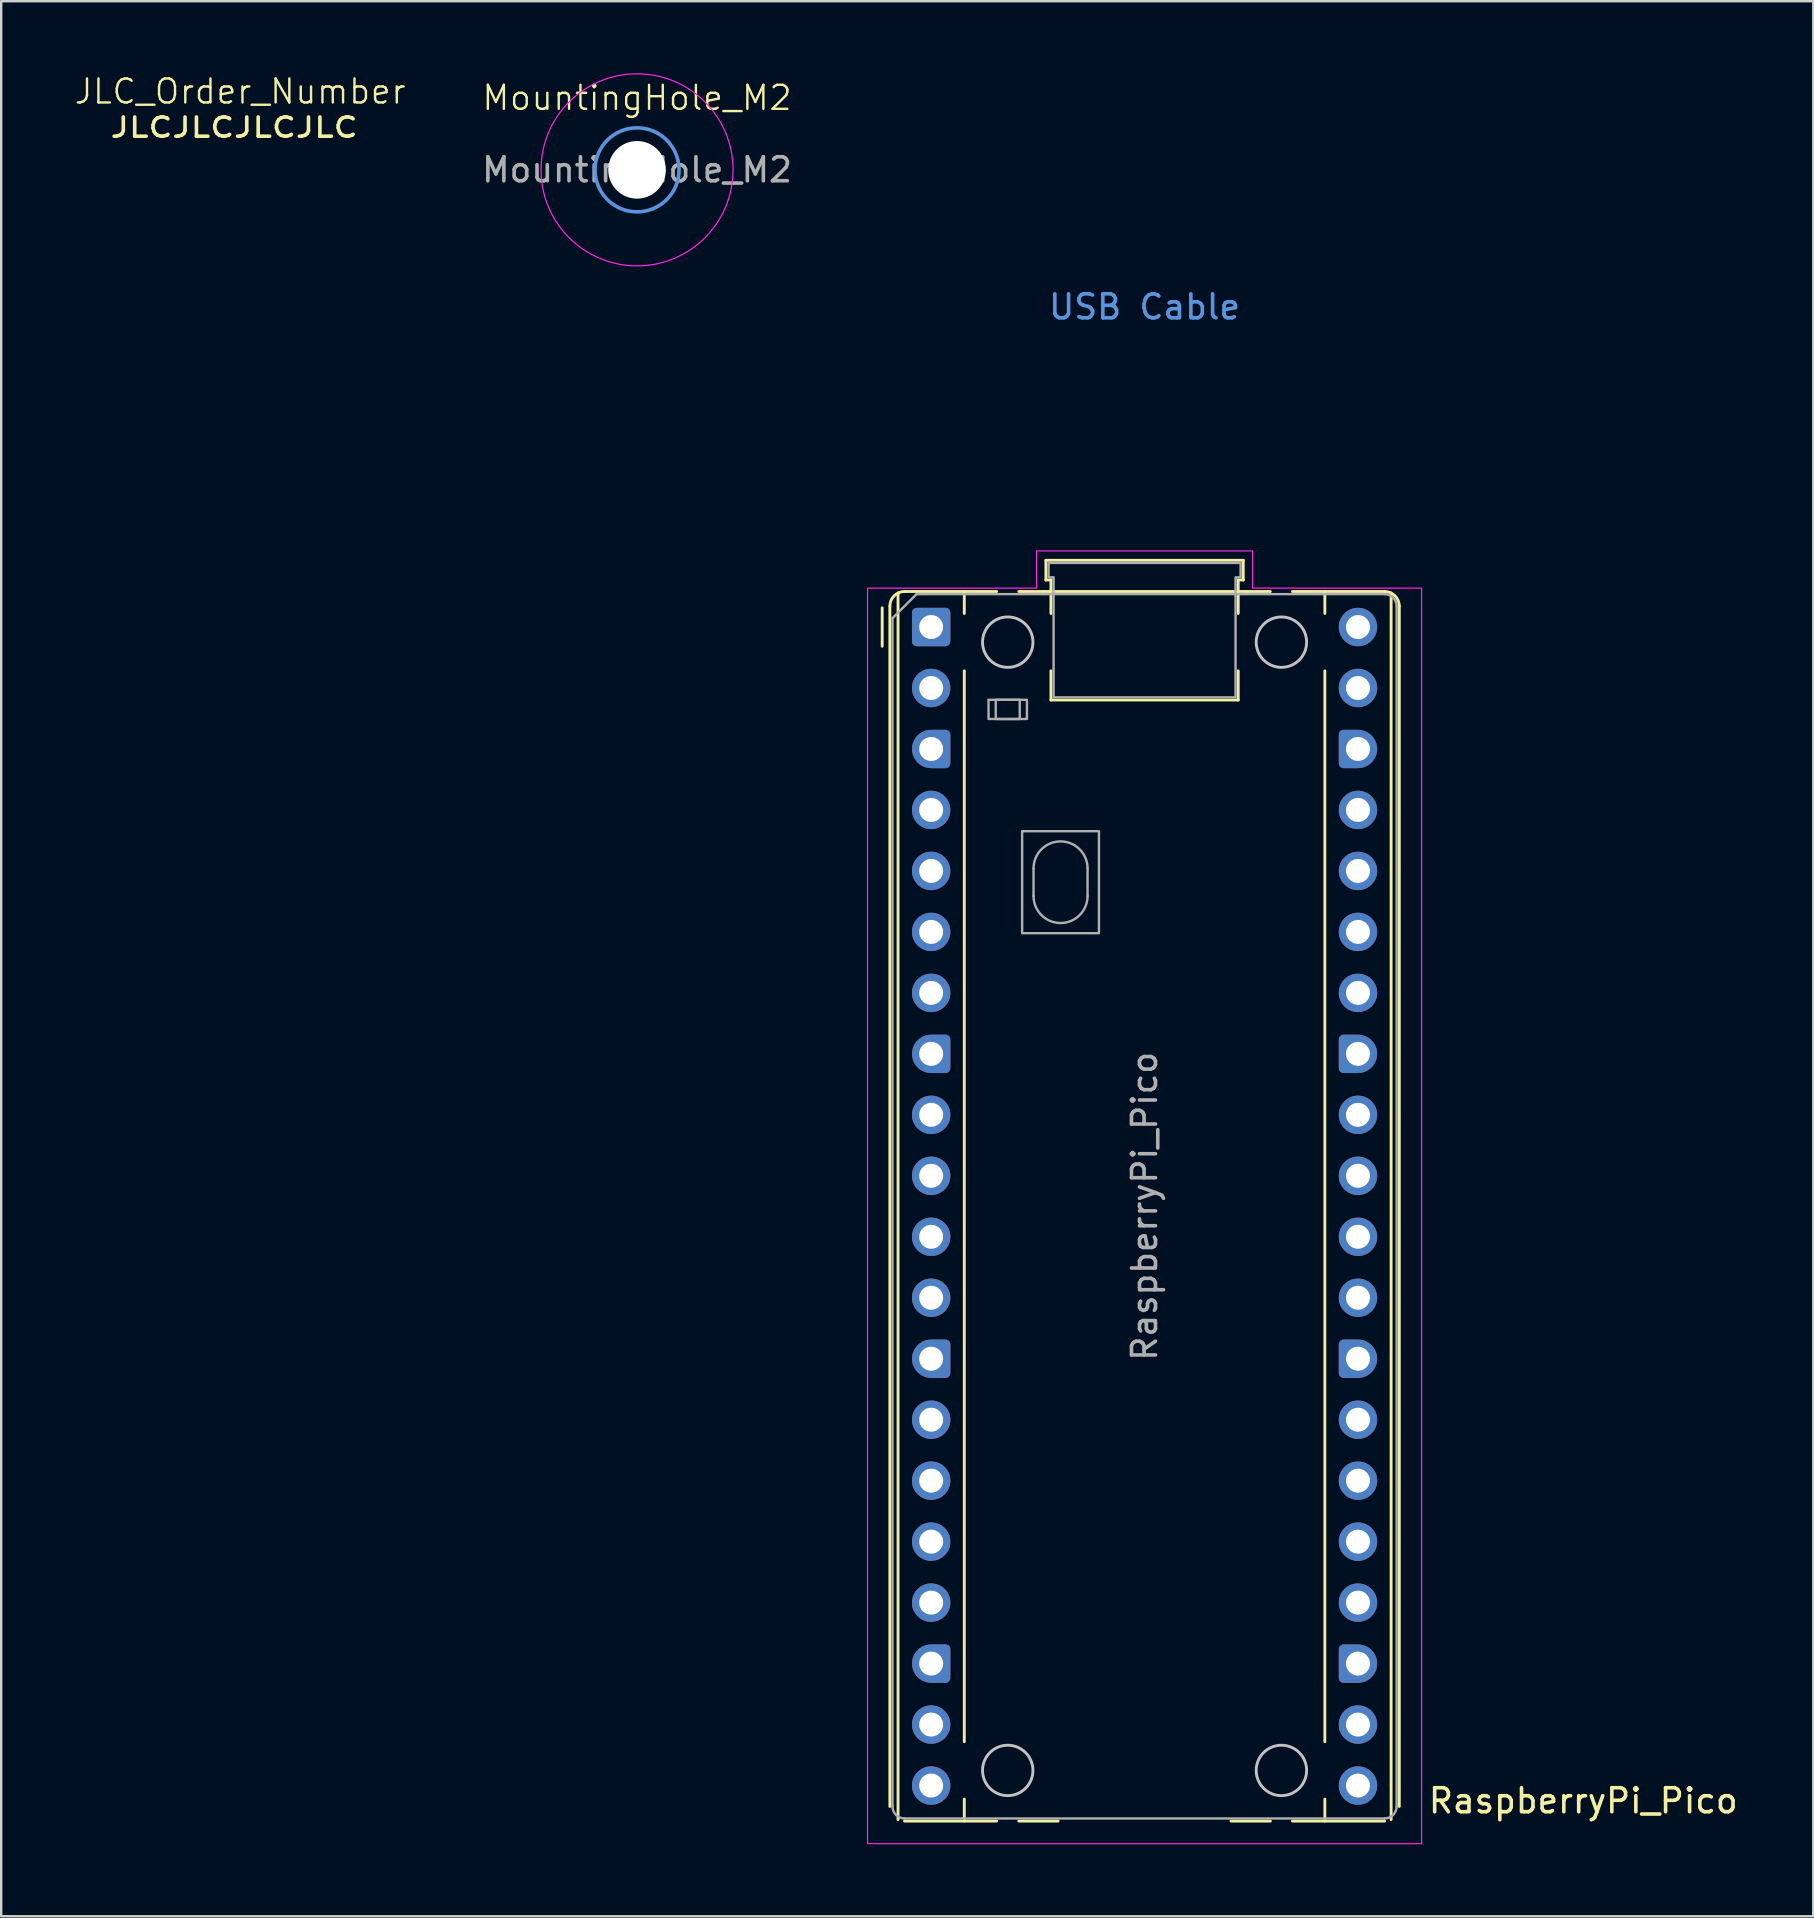
<source format=kicad_pcb>
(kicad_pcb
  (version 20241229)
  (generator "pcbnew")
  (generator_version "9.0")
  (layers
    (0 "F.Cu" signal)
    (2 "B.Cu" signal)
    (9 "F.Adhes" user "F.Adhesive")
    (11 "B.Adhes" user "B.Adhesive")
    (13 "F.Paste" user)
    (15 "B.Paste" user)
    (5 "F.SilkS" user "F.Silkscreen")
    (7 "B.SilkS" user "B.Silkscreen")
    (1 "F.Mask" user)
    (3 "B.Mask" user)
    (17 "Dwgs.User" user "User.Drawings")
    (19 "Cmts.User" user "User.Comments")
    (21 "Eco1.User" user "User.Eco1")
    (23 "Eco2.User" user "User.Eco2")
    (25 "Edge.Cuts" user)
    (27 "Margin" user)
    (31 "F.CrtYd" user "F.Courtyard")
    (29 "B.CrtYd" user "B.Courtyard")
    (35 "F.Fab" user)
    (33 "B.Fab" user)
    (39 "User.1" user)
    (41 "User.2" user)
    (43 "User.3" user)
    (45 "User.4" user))
  (footprint "JLC_Order_Number"
    (layer "F.Cu")
    (at 6.705 2.26)
    (property "Reference" "JLC_Order_Number" (at 0.25 -1.5 0) (unlocked yes) (layer "F.SilkS") (effects (font (size 1 1) (thickness 0.1))))
    (attr board_only exclude_from_pos_files exclude_from_bom allow_missing_courtyard)
    (fp_text user "JLCJLCJLCJLC" (at 0 0 0) (unlocked yes) (layer "F.SilkS") (effects (font (size 0.8 1) (thickness 0.15)))))
  (footprint "MountingHole_M2"
    (layer "F.Cu")
    (at 23.487 4.025)
    (property "Reference" "MountingHole_M2" (at 0 -3 0) (unlocked yes) (layer "F.SilkS") (effects (font (size 1 1) (thickness 0.1))))
    (attr smd exclude_from_pos_files exclude_from_bom)
    (fp_circle (center 0 0) (end 1.75 0) (stroke (width 0.15) (type solid)) (fill no) (layer "Cmts.User"))
    (fp_circle (center 0 0) (end 4 0) (stroke (width 0.05) (type solid)) (fill no) (layer "F.CrtYd"))
    (fp_text user "${REFERENCE}" (at 0 0 0) (unlocked yes) (layer "F.Fab") (effects (font (size 1 1) (thickness 0.15))))
    (pad "" np_thru_hole circle (at 0 0) (size 2.4 2.4) (drill 2.4) (layers "*.Cu" "*.Mask")))
  (footprint "RaspberryPi_Pico"
    (layer "F.Cu")
    (at 35.739 23.07)
    (property "Reference" "RaspberryPi_Pico" (at 20.637 48.895 0) (unlocked yes) (layer "F.SilkS") (effects (font (size 1 1) (thickness 0.15)) (justify left)))
    (attr through_hole)
    (fp_line (start -2.04 0.8) (end -2.04 -0.8) (stroke (width 0.12) (type solid)) (layer "F.SilkS"))
    (fp_line (start -1.72 -0.87) (end -1.72 49.13) (stroke (width 0.12) (type solid)) (layer "F.SilkS"))
    (fp_line (start -1.38 -1.417) (end -1.38 49.677) (stroke (width 0.12) (type solid)) (layer "F.SilkS"))
    (fp_line (start -1.11 -1.48) (end 1.38 -1.48) (stroke (width 0.12) (type solid)) (layer "F.SilkS"))
    (fp_line (start -1.11 49.74) (end 2.728 49.74) (stroke (width 0.12) (type solid)) (layer "F.SilkS"))
    (fp_line (start 1.38 -1.48) (end 1.38 -0.566) (stroke (width 0.12) (type solid)) (layer "F.SilkS"))
    (fp_line (start 1.38 -1.48) (end 2.728 -1.48) (stroke (width 0.12) (type solid)) (layer "F.SilkS"))
    (fp_line (start 1.38 1.826) (end 1.38 46.434) (stroke (width 0.12) (type solid)) (layer "F.SilkS"))
    (fp_line (start 1.38 48.826) (end 1.38 49.74) (stroke (width 0.12) (type solid)) (layer "F.SilkS"))
    (fp_line (start 3.652 -1.48) (end 4.655 -1.48) (stroke (width 0.12) (type solid)) (layer "F.SilkS"))
    (fp_line (start 4.655 -1.48) (end 13.125 -1.48) (stroke (width 0.12) (type solid)) (layer "F.SilkS"))
    (fp_line (start 4.78 -2.78) (end 4.78 -1.96) (stroke (width 0.12) (type solid)) (layer "F.SilkS"))
    (fp_line (start 4.78 -2.78) (end 13 -2.78) (stroke (width 0.12) (type solid)) (layer "F.SilkS"))
    (fp_line (start 4.78 -1.96) (end 4.99 -1.96) (stroke (width 0.12) (type solid)) (layer "F.SilkS"))
    (fp_line (start 4.99 -1.96) (end 4.99 -0.564) (stroke (width 0.12) (type solid)) (layer "F.SilkS"))
    (fp_line (start 4.99 1.824) (end 4.99 3.04) (stroke (width 0.12) (type solid)) (layer "F.SilkS"))
    (fp_line (start 5.29 49.74) (end 3.652 49.74) (stroke (width 0.12) (type solid)) (layer "F.SilkS"))
    (fp_line (start 12.79 -1.96) (end 12.79 -0.564) (stroke (width 0.12) (type solid)) (layer "F.SilkS"))
    (fp_line (start 12.79 1.824) (end 12.79 3.04) (stroke (width 0.12) (type solid)) (layer "F.SilkS"))
    (fp_line (start 12.79 3.04) (end 4.99 3.04) (stroke (width 0.12) (type solid)) (layer "F.SilkS"))
    (fp_line (start 13 -2.78) (end 13 -1.96) (stroke (width 0.12) (type solid)) (layer "F.SilkS"))
    (fp_line (start 13 -1.96) (end 12.79 -1.96) (stroke (width 0.12) (type solid)) (layer "F.SilkS"))
    (fp_line (start 13.125 -1.48) (end 14.128 -1.48) (stroke (width 0.12) (type solid)) (layer "F.SilkS"))
    (fp_line (start 14.128 49.74) (end 12.49 49.74) (stroke (width 0.12) (type solid)) (layer "F.SilkS"))
    (fp_line (start 15.052 -1.48) (end 16.4 -1.48) (stroke (width 0.12) (type solid)) (layer "F.SilkS"))
    (fp_line (start 15.052 49.74) (end 18.89 49.74) (stroke (width 0.12) (type solid)) (layer "F.SilkS"))
    (fp_line (start 16.4 -1.48) (end 16.4 -0.566) (stroke (width 0.12) (type solid)) (layer "F.SilkS"))
    (fp_line (start 16.4 1.826) (end 16.4 46.434) (stroke (width 0.12) (type solid)) (layer "F.SilkS"))
    (fp_line (start 16.4 48.826) (end 16.4 49.74) (stroke (width 0.12) (type solid)) (layer "F.SilkS"))
    (fp_line (start 18.89 -1.48) (end 16.4 -1.48) (stroke (width 0.12) (type solid)) (layer "F.SilkS"))
    (fp_line (start 19.16 49.677) (end 19.16 -1.417) (stroke (width 0.12) (type solid)) (layer "F.SilkS"))
    (fp_line (start 19.5 -0.87) (end 19.5 49.13) (stroke (width 0.12) (type solid)) (layer "F.SilkS"))
    (fp_arc (start -1.72 -0.87) (mid -1.541335 -1.301335) (end -1.11 -1.48) (stroke (width 0.12) (type solid)) (layer "F.SilkS"))
    (fp_arc (start 18.89 -1.48) (mid 19.321335 -1.301335) (end 19.5 -0.87) (stroke (width 0.12) (type solid)) (layer "F.SilkS"))
    (fp_circle (center 3.19 0.63) (end 4.24 0.63) (stroke (width 0.12) (type solid)) (fill no) (layer "Dwgs.User"))
    (fp_circle (center 3.19 47.63) (end 4.24 47.63) (stroke (width 0.12) (type solid)) (fill no) (layer "Dwgs.User"))
    (fp_circle (center 14.59 0.63) (end 15.64 0.63) (stroke (width 0.12) (type solid)) (fill no) (layer "Dwgs.User"))
    (fp_circle (center 14.59 47.63) (end 15.64 47.63) (stroke (width 0.12) (type solid)) (fill no) (layer "Dwgs.User"))
    (fp_poly (pts (xy 4.39 -3.17) (xy 13.39 -3.17) (xy 13.39 -1.62) (xy 20.43 -1.62) (xy 20.43 50.68) (xy -2.65 50.68) (xy -2.65 -1.62) (xy 4.39 -1.62)) (stroke (width 0.05) (type solid)) (fill no) (layer "F.CrtYd"))
    (fp_line (start -1.61 -0.37) (end -0.61 -1.37) (stroke (width 0.1) (type solid)) (layer "F.Fab"))
    (fp_line (start -1.61 49.13) (end -1.61 -0.37) (stroke (width 0.1) (type solid)) (layer "F.Fab"))
    (fp_line (start -0.61 -1.37) (end 18.89 -1.37) (stroke (width 0.1) (type solid)) (layer "F.Fab"))
    (fp_line (start 4.265 10.055) (end 4.265 11.205) (stroke (width 0.1) (type solid)) (layer "F.Fab"))
    (fp_line (start 6.515 10.055) (end 6.515 11.205) (stroke (width 0.1) (type solid)) (layer "F.Fab"))
    (fp_line (start 18.89 49.63) (end -1.11 49.63) (stroke (width 0.1) (type solid)) (layer "F.Fab"))
    (fp_line (start 19.39 -0.87) (end 19.39 49.13) (stroke (width 0.1) (type solid)) (layer "F.Fab"))
    (fp_rect (start 2.39 3.03) (end 3.99 3.83) (stroke (width 0.1) (type solid)) (fill no) (layer "F.Fab"))
    (fp_rect (start 2.69 3.03) (end 3.69 3.83) (stroke (width 0.1) (type solid)) (fill no) (layer "F.Fab"))
    (fp_rect (start 3.79 8.505) (end 6.99 12.755) (stroke (width 0.1) (type solid)) (fill no) (layer "F.Fab"))
    (fp_arc (start -1.11 49.63) (mid -1.463553 49.483553) (end -1.61 49.13) (stroke (width 0.1) (type solid)) (layer "F.Fab"))
    (fp_arc (start 4.265 10.055) (mid 5.39 8.93) (end 6.515 10.055) (stroke (width 0.1) (type solid)) (layer "F.Fab"))
    (fp_arc (start 6.515 11.205) (mid 5.39 12.33) (end 4.265 11.205) (stroke (width 0.1) (type solid)) (layer "F.Fab"))
    (fp_arc (start 18.89 -1.37) (mid 19.243553 -1.223553) (end 19.39 -0.87) (stroke (width 0.1) (type solid)) (layer "F.Fab"))
    (fp_arc (start 19.39 49.13) (mid 19.243553 49.483553) (end 18.89 49.63) (stroke (width 0.1) (type solid)) (layer "F.Fab"))
    (fp_poly (pts (xy 12.68 2.93) (xy 12.68 -2.07) (xy 12.89 -2.07) (xy 12.89 -2.67) (xy 4.89 -2.67) (xy 4.89 -2.07) (xy 5.1 -2.07) (xy 5.1 2.93)) (stroke (width 0.1) (type solid)) (fill no) (layer "F.Fab"))
    (fp_text user "USB Cable" (at 8.89 -13.335 0) (unlocked yes) (layer "Cmts.User") (effects (font (size 1 1) (thickness 0.15))))
    (fp_text user "${REFERENCE}" (at 8.89 24.13 90) (layer "F.Fab") (effects (font (size 1 1) (thickness 0.15))))
    (pad "1" thru_hole roundrect (at 0 0) (size 1.6 1.6) (drill 1) (layers "*.Cu" "*.Mask") (roundrect_rratio 0.125))
    (pad "2" thru_hole circle (at 0 2.54) (size 1.6 1.6) (drill 1) (layers "*.Cu" "*.Mask"))
    (pad "3" thru_hole custom (at 0 5.08) (size 1.6 1.6) (drill 1) (layers "*.Cu" "*.Mask") (options (anchor circle)) (primitives (gr_poly (pts (xy 0.8 0.6) (xy 0.8 -0.6) (xy 0.6 -0.8) (xy 0 -0.8) (xy 0 0.8) (xy 0.6 0.8)) (width 0) (fill yes)) (gr_circle (center 0.6 0.6) (end 0.8 0.6) (width 0) (fill yes)) (gr_circle (center 0.6 -0.6) (end 0.8 -0.6) (width 0) (fill yes))))
    (pad "4" thru_hole circle (at 0 7.62) (size 1.6 1.6) (drill 1) (layers "*.Cu" "*.Mask"))
    (pad "5" thru_hole circle (at 0 10.16) (size 1.6 1.6) (drill 1) (layers "*.Cu" "*.Mask"))
    (pad "6" thru_hole circle (at 0 12.7) (size 1.6 1.6) (drill 1) (layers "*.Cu" "*.Mask"))
    (pad "7" thru_hole circle (at 0 15.24) (size 1.6 1.6) (drill 1) (layers "*.Cu" "*.Mask"))
    (pad "8" thru_hole custom (at 0 17.78) (size 1.6 1.6) (drill 1) (layers "*.Cu" "*.Mask") (options (anchor circle)) (primitives (gr_poly (pts (xy 0.8 0.6) (xy 0.8 -0.6) (xy 0.6 -0.8) (xy 0 -0.8) (xy 0 0.8) (xy 0.6 0.8)) (width 0) (fill yes)) (gr_circle (center 0.6 0.6) (end 0.8 0.6) (width 0) (fill yes)) (gr_circle (center 0.6 -0.6) (end 0.8 -0.6) (width 0) (fill yes))))
    (pad "9" thru_hole circle (at 0 20.32) (size 1.6 1.6) (drill 1) (layers "*.Cu" "*.Mask"))
    (pad "10" thru_hole circle (at 0 22.86) (size 1.6 1.6) (drill 1) (layers "*.Cu" "*.Mask"))
    (pad "11" thru_hole circle (at 0 25.4) (size 1.6 1.6) (drill 1) (layers "*.Cu" "*.Mask"))
    (pad "12" thru_hole circle (at 0 27.94) (size 1.6 1.6) (drill 1) (layers "*.Cu" "*.Mask"))
    (pad "13" thru_hole custom (at 0 30.48) (size 1.6 1.6) (drill 1) (layers "*.Cu" "*.Mask") (options (anchor circle)) (primitives (gr_poly (pts (xy 0.8 0.6) (xy 0.8 -0.6) (xy 0.6 -0.8) (xy 0 -0.8) (xy 0 0.8) (xy 0.6 0.8)) (width 0) (fill yes)) (gr_circle (center 0.6 0.6) (end 0.8 0.6) (width 0) (fill yes)) (gr_circle (center 0.6 -0.6) (end 0.8 -0.6) (width 0) (fill yes))))
    (pad "14" thru_hole circle (at 0 33.02) (size 1.6 1.6) (drill 1) (layers "*.Cu" "*.Mask"))
    (pad "15" thru_hole circle (at 0 35.56) (size 1.6 1.6) (drill 1) (layers "*.Cu" "*.Mask"))
    (pad "16" thru_hole circle (at 0 38.1) (size 1.6 1.6) (drill 1) (layers "*.Cu" "*.Mask"))
    (pad "17" thru_hole circle (at 0 40.64) (size 1.6 1.6) (drill 1) (layers "*.Cu" "*.Mask"))
    (pad "18" thru_hole custom (at 0 43.18) (size 1.6 1.6) (drill 1) (layers "*.Cu" "*.Mask") (options (anchor circle)) (primitives (gr_poly (pts (xy 0.8 0.6) (xy 0.8 -0.6) (xy 0.6 -0.8) (xy 0 -0.8) (xy 0 0.8) (xy 0.6 0.8)) (width 0) (fill yes)) (gr_circle (center 0.6 0.6) (end 0.8 0.6) (width 0) (fill yes)) (gr_circle (center 0.6 -0.6) (end 0.8 -0.6) (width 0) (fill yes))))
    (pad "19" thru_hole circle (at 0 45.72) (size 1.6 1.6) (drill 1) (layers "*.Cu" "*.Mask"))
    (pad "20" thru_hole circle (at 0 48.26) (size 1.6 1.6) (drill 1) (layers "*.Cu" "*.Mask"))
    (pad "21" thru_hole circle (at 17.78 48.26) (size 1.6 1.6) (drill 1) (layers "*.Cu" "*.Mask"))
    (pad "22" thru_hole circle (at 17.78 45.72) (size 1.6 1.6) (drill 1) (layers "*.Cu" "*.Mask"))
    (pad "23" thru_hole custom (at 17.78 43.18) (size 1.6 1.6) (drill 1) (layers "*.Cu" "*.Mask") (options (anchor circle)) (primitives (gr_poly (pts (xy -0.8 0.6) (xy -0.8 -0.6) (xy -0.6 -0.8) (xy 0 -0.8) (xy 0 0.8) (xy -0.6 0.8)) (width 0) (fill yes)) (gr_circle (center -0.6 0.6) (end -0.4 0.6) (width 0) (fill yes)) (gr_circle (center -0.6 -0.6) (end -0.4 -0.6) (width 0) (fill yes))))
    (pad "24" thru_hole circle (at 17.78 40.64) (size 1.6 1.6) (drill 1) (layers "*.Cu" "*.Mask"))
    (pad "25" thru_hole circle (at 17.78 38.1) (size 1.6 1.6) (drill 1) (layers "*.Cu" "*.Mask"))
    (pad "26" thru_hole circle (at 17.78 35.56) (size 1.6 1.6) (drill 1) (layers "*.Cu" "*.Mask"))
    (pad "27" thru_hole circle (at 17.78 33.02) (size 1.6 1.6) (drill 1) (layers "*.Cu" "*.Mask"))
    (pad "28" thru_hole custom (at 17.78 30.48) (size 1.6 1.6) (drill 1) (layers "*.Cu" "*.Mask") (options (anchor circle)) (primitives (gr_poly (pts (xy -0.8 0.6) (xy -0.8 -0.6) (xy -0.6 -0.8) (xy 0 -0.8) (xy 0 0.8) (xy -0.6 0.8)) (width 0) (fill yes)) (gr_circle (center -0.6 0.6) (end -0.4 0.6) (width 0) (fill yes)) (gr_circle (center -0.6 -0.6) (end -0.4 -0.6) (width 0) (fill yes))))
    (pad "29" thru_hole circle (at 17.78 27.94) (size 1.6 1.6) (drill 1) (layers "*.Cu" "*.Mask"))
    (pad "30" thru_hole circle (at 17.78 25.4) (size 1.6 1.6) (drill 1) (layers "*.Cu" "*.Mask"))
    (pad "31" thru_hole circle (at 17.78 22.86) (size 1.6 1.6) (drill 1) (layers "*.Cu" "*.Mask"))
    (pad "32" thru_hole circle (at 17.78 20.32) (size 1.6 1.6) (drill 1) (layers "*.Cu" "*.Mask"))
    (pad "33" thru_hole custom (at 17.78 17.78) (size 1.6 1.6) (drill 1) (layers "*.Cu" "*.Mask") (options (anchor circle)) (primitives (gr_poly (pts (xy -0.8 0.6) (xy -0.8 -0.6) (xy -0.6 -0.8) (xy 0 -0.8) (xy 0 0.8) (xy -0.6 0.8)) (width 0) (fill yes)) (gr_circle (center -0.6 0.6) (end -0.4 0.6) (width 0) (fill yes)) (gr_circle (center -0.6 -0.6) (end -0.4 -0.6) (width 0) (fill yes))))
    (pad "34" thru_hole circle (at 17.78 15.24) (size 1.6 1.6) (drill 1) (layers "*.Cu" "*.Mask"))
    (pad "35" thru_hole circle (at 17.78 12.7) (size 1.6 1.6) (drill 1) (layers "*.Cu" "*.Mask"))
    (pad "36" thru_hole circle (at 17.78 10.16) (size 1.6 1.6) (drill 1) (layers "*.Cu" "*.Mask"))
    (pad "37" thru_hole circle (at 17.78 7.62) (size 1.6 1.6) (drill 1) (layers "*.Cu" "*.Mask"))
    (pad "38" thru_hole custom (at 17.78 5.08) (size 1.6 1.6) (drill 1) (layers "*.Cu" "*.Mask") (options (anchor circle)) (primitives (gr_poly (pts (xy -0.8 0.6) (xy -0.8 -0.6) (xy -0.6 -0.8) (xy 0 -0.8) (xy 0 0.8) (xy -0.6 0.8)) (width 0) (fill yes)) (gr_circle (center -0.6 0.6) (end -0.4 0.6) (width 0) (fill yes)) (gr_circle (center -0.6 -0.6) (end -0.4 -0.6) (width 0) (fill yes))))
    (pad "39" thru_hole circle (at 17.78 2.54) (size 1.6 1.6) (drill 1) (layers "*.Cu" "*.Mask"))
    (pad "40" thru_hole circle (at 17.78 0) (size 1.6 1.6) (drill 1) (layers "*.Cu" "*.Mask"))
    (zone (net_name "") (layer "F.CrtYd") (name "USB Cable") (hatch edge 0.5) (connect_pads) (min_thickness 0.254) (filled_areas_thickness no) (keepout (tracks allowed) (vias allowed) (pads allowed) (copperpour allowed) (footprints allowed)) (placement (enabled no)) (fill) (polygon (pts (xy 38.879 19.5) (xy 40.689 19.5) (xy 40.689 19.9) (xy 48.569 19.9) (xy 48.569 19.5) (xy 50.379 19.5) (xy 50.379 0) (xy 38.879 0)))))
  (gr_rect
    (start -3 -3)
    (end 72.484 76.775)
    (stroke (width 0.1) (type default))
    (fill no)
    (layer "Edge.Cuts")))
</source>
